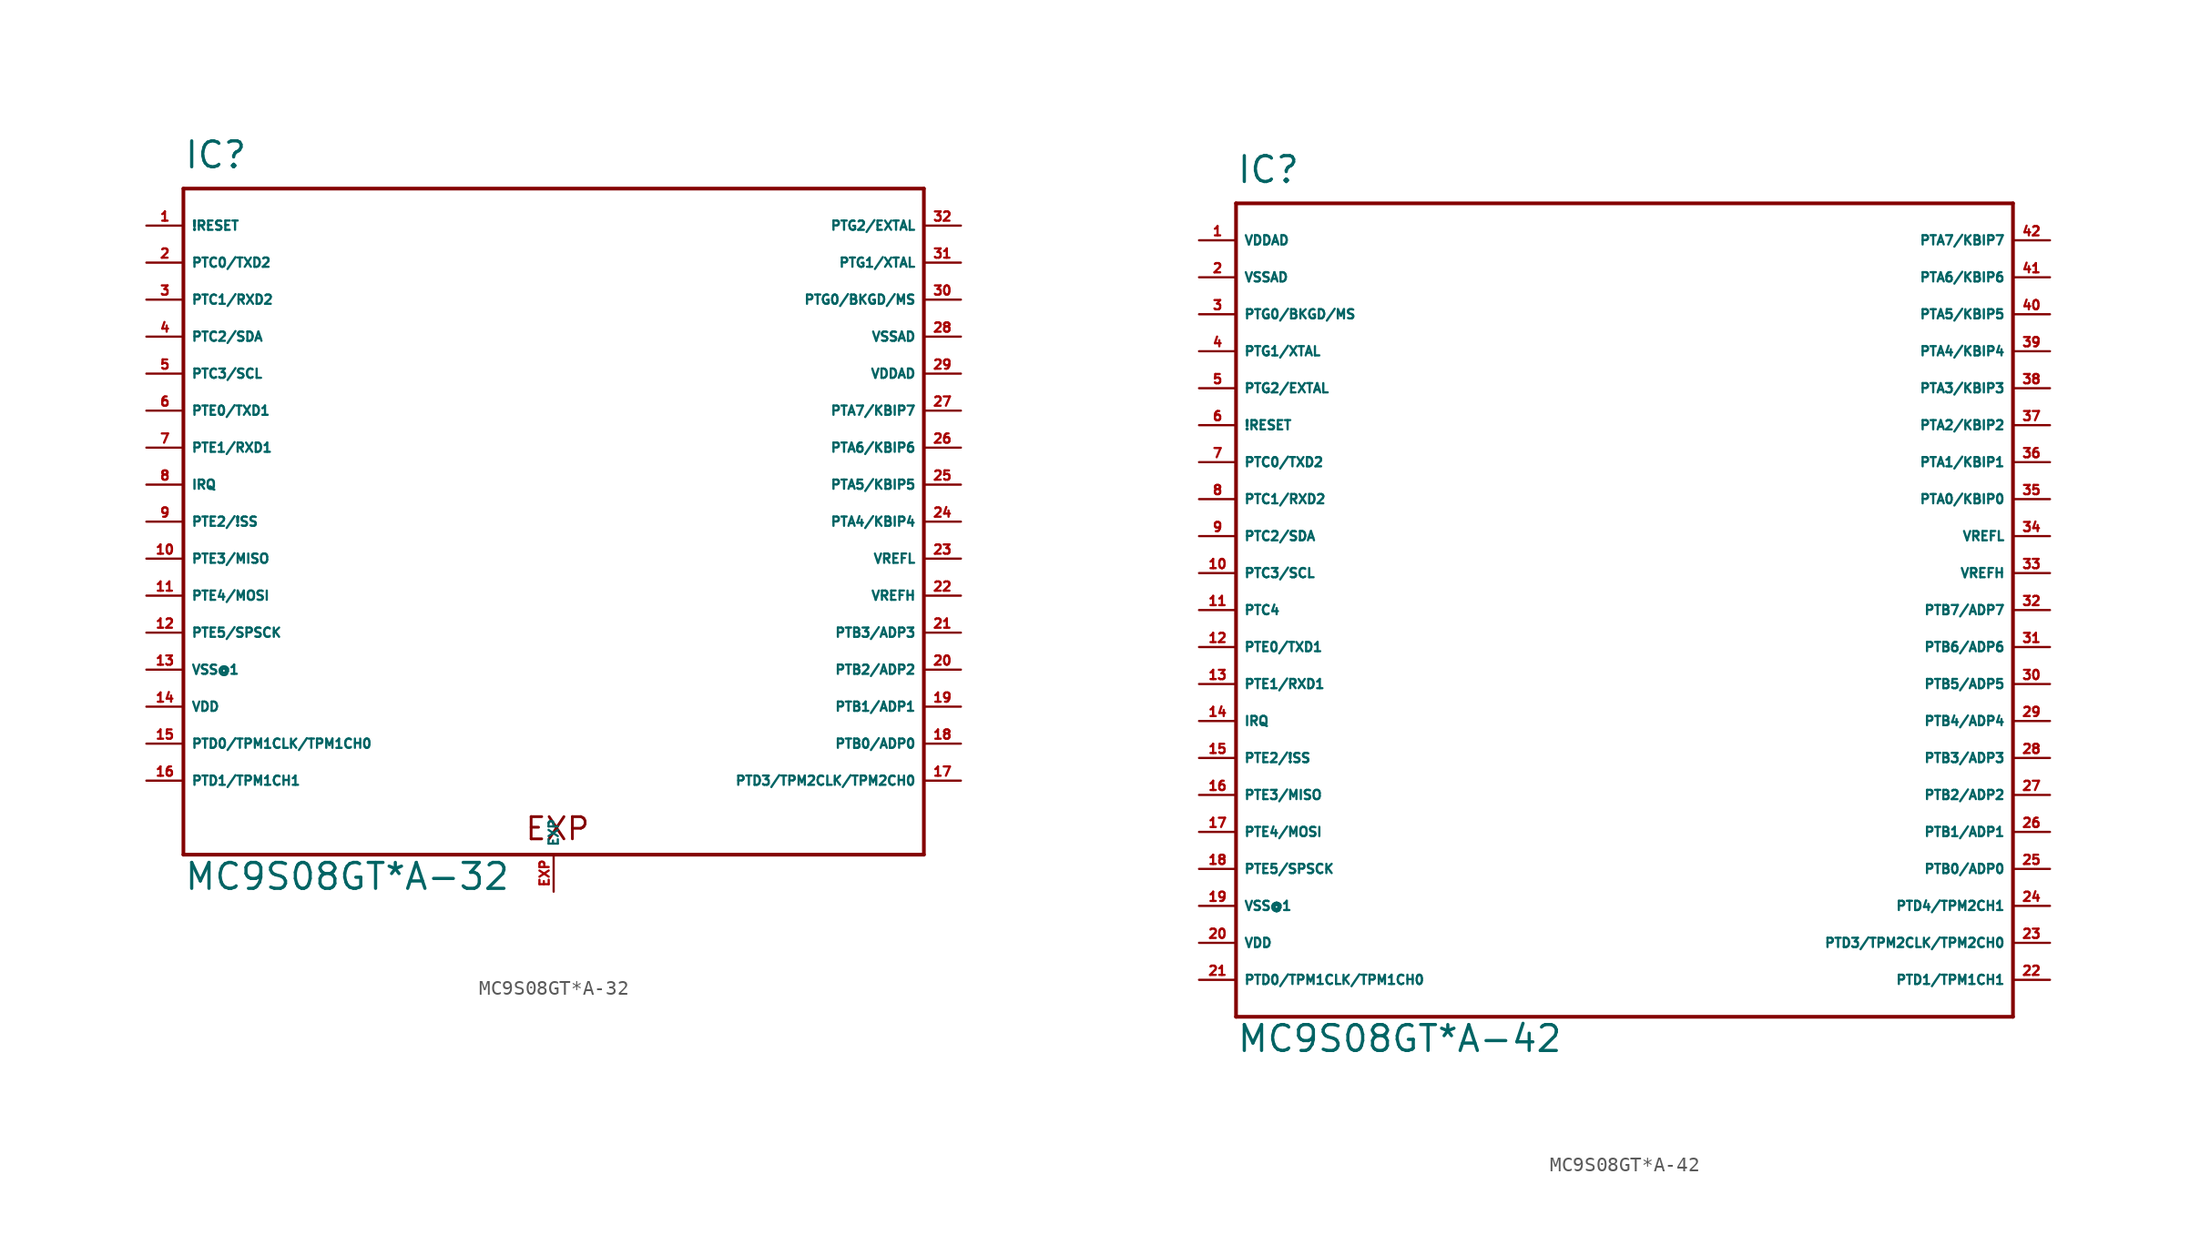
<source format=kicad_sym>
(kicad_symbol_lib
  (version 20220914)
  (generator Eagle2Kicad)
  (symbol "MC9S08GT*A-32"
    (property "Reference" "IC"
      (at -25.4 21.59 0)
      (effects (font (size 1.778 1.778) (thickness 0.22)) (justify left bottom)))
    (property "Value" "MC9S08GT*A-32"
      (at -25.4 -27.94 0)
      (effects (font (size 1.778 1.778) (thickness 0.22)) (justify left bottom)))
    (polyline
      (pts (xy -25.4 20.32) (xy 25.4 20.32))
      (stroke (width 0.254) (type default))
      (fill (type none)))
    (polyline
      (pts (xy 25.4 20.32) (xy 25.4 -25.4))
      (stroke (width 0.254) (type default))
      (fill (type none)))
    (polyline
      (pts (xy 25.4 -25.4) (xy -25.4 -25.4))
      (stroke (width 0.254) (type default))
      (fill (type none)))
    (polyline
      (pts (xy -25.4 -25.4) (xy -25.4 20.32))
      (stroke (width 0.254) (type default))
      (fill (type none)))
    (text "EXP"
      (at -2.032 -24.511 0)
      (effects (font (size 1.524 1.524) (thickness 0.19)) (justify left bottom)))
    (pin input line
      (at -27.94 17.78 0)
      (length 2.54)
      (name "!RESET" (effects (font (size 0.635 0.635) (thickness 0.08)) (justify left bottom)))
      (number "1" (effects (font (size 0.635 0.635) (thickness 0.08)) (justify left bottom))))
    (pin bidirectional line
      (at -27.94 15.24 0)
      (length 2.54)
      (name "PTC0/TXD2" (effects (font (size 0.635 0.635) (thickness 0.08)) (justify left bottom)))
      (number "2" (effects (font (size 0.635 0.635) (thickness 0.08)) (justify left bottom))))
    (pin bidirectional line
      (at -27.94 12.7 0)
      (length 2.54)
      (name "PTC1/RXD2" (effects (font (size 0.635 0.635) (thickness 0.08)) (justify left bottom)))
      (number "3" (effects (font (size 0.635 0.635) (thickness 0.08)) (justify left bottom))))
    (pin bidirectional line
      (at -27.94 10.16 0)
      (length 2.54)
      (name "PTC2/SDA" (effects (font (size 0.635 0.635) (thickness 0.08)) (justify left bottom)))
      (number "4" (effects (font (size 0.635 0.635) (thickness 0.08)) (justify left bottom))))
    (pin bidirectional line
      (at -27.94 7.62 0)
      (length 2.54)
      (name "PTC3/SCL" (effects (font (size 0.635 0.635) (thickness 0.08)) (justify left bottom)))
      (number "5" (effects (font (size 0.635 0.635) (thickness 0.08)) (justify left bottom))))
    (pin bidirectional line
      (at -27.94 5.08 0)
      (length 2.54)
      (name "PTE0/TXD1" (effects (font (size 0.635 0.635) (thickness 0.08)) (justify left bottom)))
      (number "6" (effects (font (size 0.635 0.635) (thickness 0.08)) (justify left bottom))))
    (pin bidirectional line
      (at -27.94 2.54 0)
      (length 2.54)
      (name "PTE1/RXD1" (effects (font (size 0.635 0.635) (thickness 0.08)) (justify left bottom)))
      (number "7" (effects (font (size 0.635 0.635) (thickness 0.08)) (justify left bottom))))
    (pin bidirectional line
      (at -27.94 0 0)
      (length 2.54)
      (name "IRQ" (effects (font (size 0.635 0.635) (thickness 0.08)) (justify left bottom)))
      (number "8" (effects (font (size 0.635 0.635) (thickness 0.08)) (justify left bottom))))
    (pin bidirectional line
      (at -27.94 -2.54 0)
      (length 2.54)
      (name "PTE2/!SS" (effects (font (size 0.635 0.635) (thickness 0.08)) (justify left bottom)))
      (number "9" (effects (font (size 0.635 0.635) (thickness 0.08)) (justify left bottom))))
    (pin bidirectional line
      (at -27.94 -5.08 0)
      (length 2.54)
      (name "PTE3/MISO" (effects (font (size 0.635 0.635) (thickness 0.08)) (justify left bottom)))
      (number "10" (effects (font (size 0.635 0.635) (thickness 0.08)) (justify left bottom))))
    (pin bidirectional line
      (at -27.94 -7.62 0)
      (length 2.54)
      (name "PTE4/MOSI" (effects (font (size 0.635 0.635) (thickness 0.08)) (justify left bottom)))
      (number "11" (effects (font (size 0.635 0.635) (thickness 0.08)) (justify left bottom))))
    (pin bidirectional line
      (at -27.94 -10.16 0)
      (length 2.54)
      (name "PTE5/SPSCK" (effects (font (size 0.635 0.635) (thickness 0.08)) (justify left bottom)))
      (number "12" (effects (font (size 0.635 0.635) (thickness 0.08)) (justify left bottom))))
    (pin unspecified line
      (at -27.94 -12.7 0)
      (length 2.54)
      (name "VSS@1" (effects (font (size 0.635 0.635) (thickness 0.08)) (justify left bottom)))
      (number "13" (effects (font (size 0.635 0.635) (thickness 0.08)) (justify left bottom))))
    (pin unspecified line
      (at -27.94 -15.24 0)
      (length 2.54)
      (name "VDD" (effects (font (size 0.635 0.635) (thickness 0.08)) (justify left bottom)))
      (number "14" (effects (font (size 0.635 0.635) (thickness 0.08)) (justify left bottom))))
    (pin bidirectional line
      (at -27.94 -17.78 0)
      (length 2.54)
      (name "PTD0/TPM1CLK/TPM1CH0" (effects (font (size 0.635 0.635) (thickness 0.08)) (justify left bottom)))
      (number "15" (effects (font (size 0.635 0.635) (thickness 0.08)) (justify left bottom))))
    (pin bidirectional line
      (at -27.94 -20.32 0)
      (length 2.54)
      (name "PTD1/TPM1CH1" (effects (font (size 0.635 0.635) (thickness 0.08)) (justify left bottom)))
      (number "16" (effects (font (size 0.635 0.635) (thickness 0.08)) (justify left bottom))))
    (pin bidirectional line
      (at 27.94 -20.32 180)
      (length 2.54)
      (name "PTD3/TPM2CLK/TPM2CH0" (effects (font (size 0.635 0.635) (thickness 0.08)) (justify left bottom)))
      (number "17" (effects (font (size 0.635 0.635) (thickness 0.08)) (justify left bottom))))
    (pin bidirectional line
      (at 27.94 -17.78 180)
      (length 2.54)
      (name "PTB0/ADP0" (effects (font (size 0.635 0.635) (thickness 0.08)) (justify left bottom)))
      (number "18" (effects (font (size 0.635 0.635) (thickness 0.08)) (justify left bottom))))
    (pin bidirectional line
      (at 27.94 -15.24 180)
      (length 2.54)
      (name "PTB1/ADP1" (effects (font (size 0.635 0.635) (thickness 0.08)) (justify left bottom)))
      (number "19" (effects (font (size 0.635 0.635) (thickness 0.08)) (justify left bottom))))
    (pin bidirectional line
      (at 27.94 -12.7 180)
      (length 2.54)
      (name "PTB2/ADP2" (effects (font (size 0.635 0.635) (thickness 0.08)) (justify left bottom)))
      (number "20" (effects (font (size 0.635 0.635) (thickness 0.08)) (justify left bottom))))
    (pin bidirectional line
      (at 27.94 -10.16 180)
      (length 2.54)
      (name "PTB3/ADP3" (effects (font (size 0.635 0.635) (thickness 0.08)) (justify left bottom)))
      (number "21" (effects (font (size 0.635 0.635) (thickness 0.08)) (justify left bottom))))
    (pin bidirectional line
      (at 27.94 -7.62 180)
      (length 2.54)
      (name "VREFH" (effects (font (size 0.635 0.635) (thickness 0.08)) (justify left bottom)))
      (number "22" (effects (font (size 0.635 0.635) (thickness 0.08)) (justify left bottom))))
    (pin bidirectional line
      (at 27.94 -5.08 180)
      (length 2.54)
      (name "VREFL" (effects (font (size 0.635 0.635) (thickness 0.08)) (justify left bottom)))
      (number "23" (effects (font (size 0.635 0.635) (thickness 0.08)) (justify left bottom))))
    (pin bidirectional line
      (at 27.94 -2.54 180)
      (length 2.54)
      (name "PTA4/KBIP4" (effects (font (size 0.635 0.635) (thickness 0.08)) (justify left bottom)))
      (number "24" (effects (font (size 0.635 0.635) (thickness 0.08)) (justify left bottom))))
    (pin bidirectional line
      (at 27.94 0 180)
      (length 2.54)
      (name "PTA5/KBIP5" (effects (font (size 0.635 0.635) (thickness 0.08)) (justify left bottom)))
      (number "25" (effects (font (size 0.635 0.635) (thickness 0.08)) (justify left bottom))))
    (pin bidirectional line
      (at 27.94 2.54 180)
      (length 2.54)
      (name "PTA6/KBIP6" (effects (font (size 0.635 0.635) (thickness 0.08)) (justify left bottom)))
      (number "26" (effects (font (size 0.635 0.635) (thickness 0.08)) (justify left bottom))))
    (pin bidirectional line
      (at 27.94 5.08 180)
      (length 2.54)
      (name "PTA7/KBIP7" (effects (font (size 0.635 0.635) (thickness 0.08)) (justify left bottom)))
      (number "27" (effects (font (size 0.635 0.635) (thickness 0.08)) (justify left bottom))))
    (pin unspecified line
      (at 27.94 7.62 180)
      (length 2.54)
      (name "VDDAD" (effects (font (size 0.635 0.635) (thickness 0.08)) (justify left bottom)))
      (number "29" (effects (font (size 0.635 0.635) (thickness 0.08)) (justify left bottom))))
    (pin unspecified line
      (at 27.94 10.16 180)
      (length 2.54)
      (name "VSSAD" (effects (font (size 0.635 0.635) (thickness 0.08)) (justify left bottom)))
      (number "28" (effects (font (size 0.635 0.635) (thickness 0.08)) (justify left bottom))))
    (pin bidirectional line
      (at 27.94 12.7 180)
      (length 2.54)
      (name "PTG0/BKGD/MS" (effects (font (size 0.635 0.635) (thickness 0.08)) (justify left bottom)))
      (number "30" (effects (font (size 0.635 0.635) (thickness 0.08)) (justify left bottom))))
    (pin bidirectional line
      (at 27.94 15.24 180)
      (length 2.54)
      (name "PTG1/XTAL" (effects (font (size 0.635 0.635) (thickness 0.08)) (justify left bottom)))
      (number "31" (effects (font (size 0.635 0.635) (thickness 0.08)) (justify left bottom))))
    (pin bidirectional line
      (at 27.94 17.78 180)
      (length 2.54)
      (name "PTG2/EXTAL" (effects (font (size 0.635 0.635) (thickness 0.08)) (justify left bottom)))
      (number "32" (effects (font (size 0.635 0.635) (thickness 0.08)) (justify left bottom))))
    (pin passive line
      (at 0 -27.94 90)
      (length 2.54)
      (name "EXP" (effects (font (size 0.635 0.635) (thickness 0.08)) (justify left bottom)))
      (number "EXP" (effects (font (size 0.635 0.635) (thickness 0.08)) (justify left bottom)))))
  (symbol "MC9S08GT*A-42"
    (property "Reference" "IC"
      (at -25.4 29.21 0)
      (effects (font (size 1.778 1.778) (thickness 0.22)) (justify left bottom)))
    (property "Value" "MC9S08GT*A-42"
      (at -25.4 -30.48 0)
      (effects (font (size 1.778 1.778) (thickness 0.22)) (justify left bottom)))
    (polyline
      (pts (xy -25.4 27.94) (xy 27.94 27.94))
      (stroke (width 0.254) (type default))
      (fill (type none)))
    (polyline
      (pts (xy 27.94 27.94) (xy 27.94 -27.94))
      (stroke (width 0.254) (type default))
      (fill (type none)))
    (polyline
      (pts (xy 27.94 -27.94) (xy -25.4 -27.94))
      (stroke (width 0.254) (type default))
      (fill (type none)))
    (polyline
      (pts (xy -25.4 -27.94) (xy -25.4 27.94))
      (stroke (width 0.254) (type default))
      (fill (type none)))
    (pin input line
      (at -27.94 12.7 0)
      (length 2.54)
      (name "!RESET" (effects (font (size 0.635 0.635) (thickness 0.08)) (justify left bottom)))
      (number "6" (effects (font (size 0.635 0.635) (thickness 0.08)) (justify left bottom))))
    (pin bidirectional line
      (at -27.94 10.16 0)
      (length 2.54)
      (name "PTC0/TXD2" (effects (font (size 0.635 0.635) (thickness 0.08)) (justify left bottom)))
      (number "7" (effects (font (size 0.635 0.635) (thickness 0.08)) (justify left bottom))))
    (pin bidirectional line
      (at -27.94 7.62 0)
      (length 2.54)
      (name "PTC1/RXD2" (effects (font (size 0.635 0.635) (thickness 0.08)) (justify left bottom)))
      (number "8" (effects (font (size 0.635 0.635) (thickness 0.08)) (justify left bottom))))
    (pin bidirectional line
      (at -27.94 5.08 0)
      (length 2.54)
      (name "PTC2/SDA" (effects (font (size 0.635 0.635) (thickness 0.08)) (justify left bottom)))
      (number "9" (effects (font (size 0.635 0.635) (thickness 0.08)) (justify left bottom))))
    (pin bidirectional line
      (at -27.94 2.54 0)
      (length 2.54)
      (name "PTC3/SCL" (effects (font (size 0.635 0.635) (thickness 0.08)) (justify left bottom)))
      (number "10" (effects (font (size 0.635 0.635) (thickness 0.08)) (justify left bottom))))
    (pin bidirectional line
      (at -27.94 0 0)
      (length 2.54)
      (name "PTC4" (effects (font (size 0.635 0.635) (thickness 0.08)) (justify left bottom)))
      (number "11" (effects (font (size 0.635 0.635) (thickness 0.08)) (justify left bottom))))
    (pin bidirectional line
      (at -27.94 -2.54 0)
      (length 2.54)
      (name "PTE0/TXD1" (effects (font (size 0.635 0.635) (thickness 0.08)) (justify left bottom)))
      (number "12" (effects (font (size 0.635 0.635) (thickness 0.08)) (justify left bottom))))
    (pin bidirectional line
      (at -27.94 -5.08 0)
      (length 2.54)
      (name "PTE1/RXD1" (effects (font (size 0.635 0.635) (thickness 0.08)) (justify left bottom)))
      (number "13" (effects (font (size 0.635 0.635) (thickness 0.08)) (justify left bottom))))
    (pin bidirectional line
      (at -27.94 -7.62 0)
      (length 2.54)
      (name "IRQ" (effects (font (size 0.635 0.635) (thickness 0.08)) (justify left bottom)))
      (number "14" (effects (font (size 0.635 0.635) (thickness 0.08)) (justify left bottom))))
    (pin bidirectional line
      (at -27.94 -10.16 0)
      (length 2.54)
      (name "PTE2/!SS" (effects (font (size 0.635 0.635) (thickness 0.08)) (justify left bottom)))
      (number "15" (effects (font (size 0.635 0.635) (thickness 0.08)) (justify left bottom))))
    (pin bidirectional line
      (at -27.94 -12.7 0)
      (length 2.54)
      (name "PTE3/MISO" (effects (font (size 0.635 0.635) (thickness 0.08)) (justify left bottom)))
      (number "16" (effects (font (size 0.635 0.635) (thickness 0.08)) (justify left bottom))))
    (pin bidirectional line
      (at -27.94 -15.24 0)
      (length 2.54)
      (name "PTE4/MOSI" (effects (font (size 0.635 0.635) (thickness 0.08)) (justify left bottom)))
      (number "17" (effects (font (size 0.635 0.635) (thickness 0.08)) (justify left bottom))))
    (pin bidirectional line
      (at -27.94 -17.78 0)
      (length 2.54)
      (name "PTE5/SPSCK" (effects (font (size 0.635 0.635) (thickness 0.08)) (justify left bottom)))
      (number "18" (effects (font (size 0.635 0.635) (thickness 0.08)) (justify left bottom))))
    (pin unspecified line
      (at -27.94 -20.32 0)
      (length 2.54)
      (name "VSS@1" (effects (font (size 0.635 0.635) (thickness 0.08)) (justify left bottom)))
      (number "19" (effects (font (size 0.635 0.635) (thickness 0.08)) (justify left bottom))))
    (pin unspecified line
      (at -27.94 -22.86 0)
      (length 2.54)
      (name "VDD" (effects (font (size 0.635 0.635) (thickness 0.08)) (justify left bottom)))
      (number "20" (effects (font (size 0.635 0.635) (thickness 0.08)) (justify left bottom))))
    (pin bidirectional line
      (at -27.94 -25.4 0)
      (length 2.54)
      (name "PTD0/TPM1CLK/TPM1CH0" (effects (font (size 0.635 0.635) (thickness 0.08)) (justify left bottom)))
      (number "21" (effects (font (size 0.635 0.635) (thickness 0.08)) (justify left bottom))))
    (pin bidirectional line
      (at 30.48 -25.4 180)
      (length 2.54)
      (name "PTD1/TPM1CH1" (effects (font (size 0.635 0.635) (thickness 0.08)) (justify left bottom)))
      (number "22" (effects (font (size 0.635 0.635) (thickness 0.08)) (justify left bottom))))
    (pin bidirectional line
      (at 30.48 -22.86 180)
      (length 2.54)
      (name "PTD3/TPM2CLK/TPM2CH0" (effects (font (size 0.635 0.635) (thickness 0.08)) (justify left bottom)))
      (number "23" (effects (font (size 0.635 0.635) (thickness 0.08)) (justify left bottom))))
    (pin bidirectional line
      (at 30.48 -20.32 180)
      (length 2.54)
      (name "PTD4/TPM2CH1" (effects (font (size 0.635 0.635) (thickness 0.08)) (justify left bottom)))
      (number "24" (effects (font (size 0.635 0.635) (thickness 0.08)) (justify left bottom))))
    (pin bidirectional line
      (at 30.48 -17.78 180)
      (length 2.54)
      (name "PTB0/ADP0" (effects (font (size 0.635 0.635) (thickness 0.08)) (justify left bottom)))
      (number "25" (effects (font (size 0.635 0.635) (thickness 0.08)) (justify left bottom))))
    (pin bidirectional line
      (at 30.48 -15.24 180)
      (length 2.54)
      (name "PTB1/ADP1" (effects (font (size 0.635 0.635) (thickness 0.08)) (justify left bottom)))
      (number "26" (effects (font (size 0.635 0.635) (thickness 0.08)) (justify left bottom))))
    (pin bidirectional line
      (at 30.48 -12.7 180)
      (length 2.54)
      (name "PTB2/ADP2" (effects (font (size 0.635 0.635) (thickness 0.08)) (justify left bottom)))
      (number "27" (effects (font (size 0.635 0.635) (thickness 0.08)) (justify left bottom))))
    (pin bidirectional line
      (at 30.48 -10.16 180)
      (length 2.54)
      (name "PTB3/ADP3" (effects (font (size 0.635 0.635) (thickness 0.08)) (justify left bottom)))
      (number "28" (effects (font (size 0.635 0.635) (thickness 0.08)) (justify left bottom))))
    (pin bidirectional line
      (at 30.48 -7.62 180)
      (length 2.54)
      (name "PTB4/ADP4" (effects (font (size 0.635 0.635) (thickness 0.08)) (justify left bottom)))
      (number "29" (effects (font (size 0.635 0.635) (thickness 0.08)) (justify left bottom))))
    (pin bidirectional line
      (at 30.48 -5.08 180)
      (length 2.54)
      (name "PTB5/ADP5" (effects (font (size 0.635 0.635) (thickness 0.08)) (justify left bottom)))
      (number "30" (effects (font (size 0.635 0.635) (thickness 0.08)) (justify left bottom))))
    (pin bidirectional line
      (at 30.48 -2.54 180)
      (length 2.54)
      (name "PTB6/ADP6" (effects (font (size 0.635 0.635) (thickness 0.08)) (justify left bottom)))
      (number "31" (effects (font (size 0.635 0.635) (thickness 0.08)) (justify left bottom))))
    (pin bidirectional line
      (at 30.48 0 180)
      (length 2.54)
      (name "PTB7/ADP7" (effects (font (size 0.635 0.635) (thickness 0.08)) (justify left bottom)))
      (number "32" (effects (font (size 0.635 0.635) (thickness 0.08)) (justify left bottom))))
    (pin bidirectional line
      (at 30.48 2.54 180)
      (length 2.54)
      (name "VREFH" (effects (font (size 0.635 0.635) (thickness 0.08)) (justify left bottom)))
      (number "33" (effects (font (size 0.635 0.635) (thickness 0.08)) (justify left bottom))))
    (pin bidirectional line
      (at 30.48 5.08 180)
      (length 2.54)
      (name "VREFL" (effects (font (size 0.635 0.635) (thickness 0.08)) (justify left bottom)))
      (number "34" (effects (font (size 0.635 0.635) (thickness 0.08)) (justify left bottom))))
    (pin bidirectional line
      (at 30.48 7.62 180)
      (length 2.54)
      (name "PTA0/KBIP0" (effects (font (size 0.635 0.635) (thickness 0.08)) (justify left bottom)))
      (number "35" (effects (font (size 0.635 0.635) (thickness 0.08)) (justify left bottom))))
    (pin bidirectional line
      (at 30.48 10.16 180)
      (length 2.54)
      (name "PTA1/KBIP1" (effects (font (size 0.635 0.635) (thickness 0.08)) (justify left bottom)))
      (number "36" (effects (font (size 0.635 0.635) (thickness 0.08)) (justify left bottom))))
    (pin bidirectional line
      (at 30.48 12.7 180)
      (length 2.54)
      (name "PTA2/KBIP2" (effects (font (size 0.635 0.635) (thickness 0.08)) (justify left bottom)))
      (number "37" (effects (font (size 0.635 0.635) (thickness 0.08)) (justify left bottom))))
    (pin bidirectional line
      (at 30.48 15.24 180)
      (length 2.54)
      (name "PTA3/KBIP3" (effects (font (size 0.635 0.635) (thickness 0.08)) (justify left bottom)))
      (number "38" (effects (font (size 0.635 0.635) (thickness 0.08)) (justify left bottom))))
    (pin bidirectional line
      (at 30.48 17.78 180)
      (length 2.54)
      (name "PTA4/KBIP4" (effects (font (size 0.635 0.635) (thickness 0.08)) (justify left bottom)))
      (number "39" (effects (font (size 0.635 0.635) (thickness 0.08)) (justify left bottom))))
    (pin bidirectional line
      (at 30.48 20.32 180)
      (length 2.54)
      (name "PTA5/KBIP5" (effects (font (size 0.635 0.635) (thickness 0.08)) (justify left bottom)))
      (number "40" (effects (font (size 0.635 0.635) (thickness 0.08)) (justify left bottom))))
    (pin bidirectional line
      (at 30.48 22.86 180)
      (length 2.54)
      (name "PTA6/KBIP6" (effects (font (size 0.635 0.635) (thickness 0.08)) (justify left bottom)))
      (number "41" (effects (font (size 0.635 0.635) (thickness 0.08)) (justify left bottom))))
    (pin bidirectional line
      (at 30.48 25.4 180)
      (length 2.54)
      (name "PTA7/KBIP7" (effects (font (size 0.635 0.635) (thickness 0.08)) (justify left bottom)))
      (number "42" (effects (font (size 0.635 0.635) (thickness 0.08)) (justify left bottom))))
    (pin unspecified line
      (at -27.94 25.4 0)
      (length 2.54)
      (name "VDDAD" (effects (font (size 0.635 0.635) (thickness 0.08)) (justify left bottom)))
      (number "1" (effects (font (size 0.635 0.635) (thickness 0.08)) (justify left bottom))))
    (pin unspecified line
      (at -27.94 22.86 0)
      (length 2.54)
      (name "VSSAD" (effects (font (size 0.635 0.635) (thickness 0.08)) (justify left bottom)))
      (number "2" (effects (font (size 0.635 0.635) (thickness 0.08)) (justify left bottom))))
    (pin bidirectional line
      (at -27.94 20.32 0)
      (length 2.54)
      (name "PTG0/BKGD/MS" (effects (font (size 0.635 0.635) (thickness 0.08)) (justify left bottom)))
      (number "3" (effects (font (size 0.635 0.635) (thickness 0.08)) (justify left bottom))))
    (pin bidirectional line
      (at -27.94 17.78 0)
      (length 2.54)
      (name "PTG1/XTAL" (effects (font (size 0.635 0.635) (thickness 0.08)) (justify left bottom)))
      (number "4" (effects (font (size 0.635 0.635) (thickness 0.08)) (justify left bottom))))
    (pin bidirectional line
      (at -27.94 15.24 0)
      (length 2.54)
      (name "PTG2/EXTAL" (effects (font (size 0.635 0.635) (thickness 0.08)) (justify left bottom)))
      (number "5" (effects (font (size 0.635 0.635) (thickness 0.08)) (justify left bottom))))))
</source>
